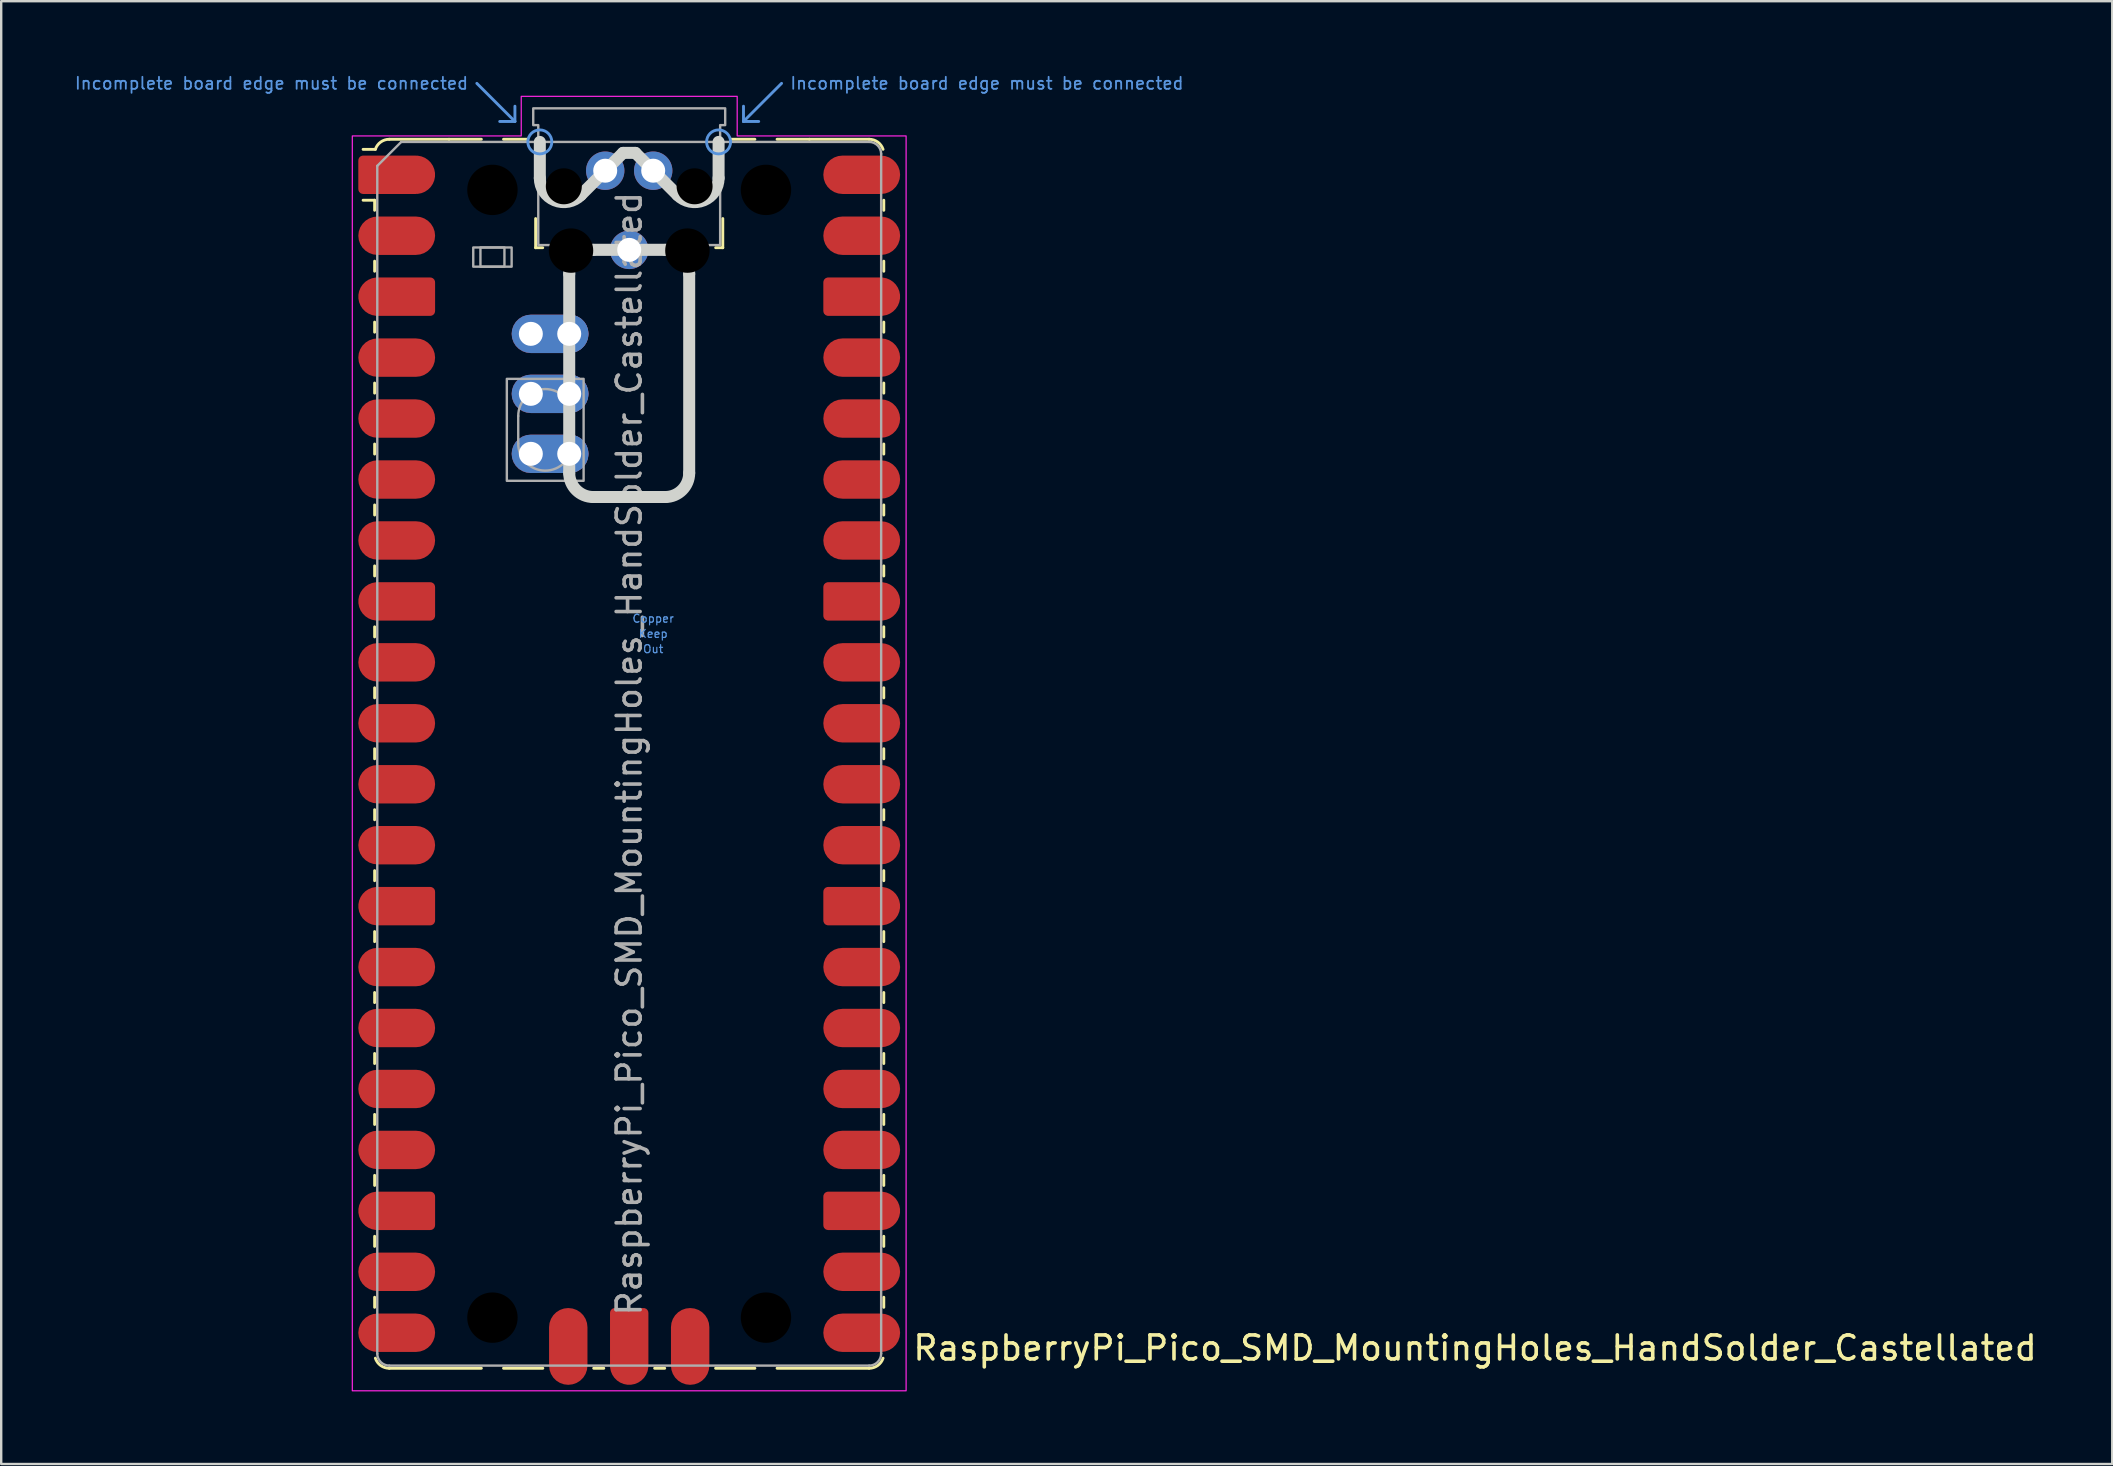
<source format=kicad_pcb>
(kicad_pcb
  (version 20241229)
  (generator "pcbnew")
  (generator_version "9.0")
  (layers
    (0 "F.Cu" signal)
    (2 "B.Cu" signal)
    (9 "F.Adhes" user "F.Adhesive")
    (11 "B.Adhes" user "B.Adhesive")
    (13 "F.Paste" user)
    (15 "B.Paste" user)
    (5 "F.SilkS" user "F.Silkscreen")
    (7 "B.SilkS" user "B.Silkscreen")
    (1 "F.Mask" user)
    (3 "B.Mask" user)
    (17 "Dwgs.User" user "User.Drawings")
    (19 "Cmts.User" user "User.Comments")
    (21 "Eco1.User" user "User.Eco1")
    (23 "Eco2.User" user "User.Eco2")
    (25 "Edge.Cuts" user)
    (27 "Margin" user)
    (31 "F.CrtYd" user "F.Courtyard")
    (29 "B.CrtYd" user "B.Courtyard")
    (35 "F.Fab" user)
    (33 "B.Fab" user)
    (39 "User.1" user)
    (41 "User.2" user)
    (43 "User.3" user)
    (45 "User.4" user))
  (footprint "RaspberryPi_Pico_SMD_MountingHoles_HandSolder_Castellated"
    (layer "F.Cu")
    (at 23.173 28.364)
    (property "Reference" "RaspberryPi_Pico_SMD_MountingHoles_HandSolder_Castellated" (at 11.748 24.765 0) (unlocked yes) (layer "F.SilkS") (effects (font (size 1 1) (thickness 0.15)) (justify left)))
    (attr smd)
    (fp_line (start -10.61 -23.07) (end -11.09 -23.07) (stroke (width 0.12) (type solid)) (layer "F.SilkS"))
    (fp_line (start -10.61 -23.07) (end -10.61 -22.65) (stroke (width 0.12) (type solid)) (layer "F.SilkS"))
    (fp_line (start -10.61 -20.53) (end -10.61 -20.11) (stroke (width 0.12) (type solid)) (layer "F.SilkS"))
    (fp_line (start -10.61 -17.99) (end -10.61 -17.57) (stroke (width 0.12) (type solid)) (layer "F.SilkS"))
    (fp_line (start -10.61 -15.45) (end -10.61 -15.03) (stroke (width 0.12) (type solid)) (layer "F.SilkS"))
    (fp_line (start -10.61 -12.91) (end -10.61 -12.49) (stroke (width 0.12) (type solid)) (layer "F.SilkS"))
    (fp_line (start -10.61 -10.37) (end -10.61 -9.95) (stroke (width 0.12) (type solid)) (layer "F.SilkS"))
    (fp_line (start -10.61 -7.83) (end -10.61 -7.41) (stroke (width 0.12) (type solid)) (layer "F.SilkS"))
    (fp_line (start -10.61 -5.29) (end -10.61 -4.87) (stroke (width 0.12) (type solid)) (layer "F.SilkS"))
    (fp_line (start -10.61 -2.75) (end -10.61 -2.33) (stroke (width 0.12) (type solid)) (layer "F.SilkS"))
    (fp_line (start -10.61 -0.21) (end -10.61 0.21) (stroke (width 0.12) (type solid)) (layer "F.SilkS"))
    (fp_line (start -10.61 2.33) (end -10.61 2.75) (stroke (width 0.12) (type solid)) (layer "F.SilkS"))
    (fp_line (start -10.61 4.87) (end -10.61 5.29) (stroke (width 0.12) (type solid)) (layer "F.SilkS"))
    (fp_line (start -10.61 7.41) (end -10.61 7.83) (stroke (width 0.12) (type solid)) (layer "F.SilkS"))
    (fp_line (start -10.61 9.95) (end -10.61 10.37) (stroke (width 0.12) (type solid)) (layer "F.SilkS"))
    (fp_line (start -10.61 12.49) (end -10.61 12.91) (stroke (width 0.12) (type solid)) (layer "F.SilkS"))
    (fp_line (start -10.61 15.03) (end -10.61 15.45) (stroke (width 0.12) (type solid)) (layer "F.SilkS"))
    (fp_line (start -10.61 17.57) (end -10.61 17.99) (stroke (width 0.12) (type solid)) (layer "F.SilkS"))
    (fp_line (start -10.61 20.11) (end -10.61 20.53) (stroke (width 0.12) (type solid)) (layer "F.SilkS"))
    (fp_line (start -10.61 22.65) (end -10.61 23.07) (stroke (width 0.12) (type solid)) (layer "F.SilkS"))
    (fp_line (start -10.58 -25.19) (end -11.09 -25.19) (stroke (width 0.12) (type solid)) (layer "F.SilkS"))
    (fp_line (start -10 -25.61) (end -7.51 -25.61) (stroke (width 0.12) (type solid)) (layer "F.SilkS"))
    (fp_line (start -10 25.61) (end -6.162 25.61) (stroke (width 0.12) (type solid)) (layer "F.SilkS"))
    (fp_line (start -7.51 -25.61) (end -6.162 -25.61) (stroke (width 0.12) (type solid)) (layer "F.SilkS"))
    (fp_line (start -5.238 -25.61) (end -4.235 -25.61) (stroke (width 0.12) (type solid)) (layer "F.SilkS"))
    (fp_line (start -3.9 -22.306) (end -3.9 -21.09) (stroke (width 0.12) (type solid)) (layer "F.SilkS"))
    (fp_line (start -3.9 -21.09) (end -3.604 -21.09) (stroke (width 0.12) (type solid)) (layer "F.SilkS"))
    (fp_line (start -3.6 25.61) (end -5.238 25.61) (stroke (width 0.12) (type solid)) (layer "F.SilkS"))
    (fp_line (start -1.48 25.61) (end -1.06 25.61) (stroke (width 0.12) (type solid)) (layer "F.SilkS"))
    (fp_line (start 1.06 25.61) (end 1.48 25.61) (stroke (width 0.12) (type solid)) (layer "F.SilkS"))
    (fp_line (start 3.604 -21.09) (end 3.9 -21.09) (stroke (width 0.12) (type solid)) (layer "F.SilkS"))
    (fp_line (start 3.9 -22.306) (end 3.9 -21.09) (stroke (width 0.12) (type solid)) (layer "F.SilkS"))
    (fp_line (start 4.235 -25.61) (end 5.238 -25.61) (stroke (width 0.12) (type solid)) (layer "F.SilkS"))
    (fp_line (start 5.238 25.61) (end 3.6 25.61) (stroke (width 0.12) (type solid)) (layer "F.SilkS"))
    (fp_line (start 6.162 -25.61) (end 7.51 -25.61) (stroke (width 0.12) (type solid)) (layer "F.SilkS"))
    (fp_line (start 6.162 25.61) (end 10 25.61) (stroke (width 0.12) (type solid)) (layer "F.SilkS"))
    (fp_line (start 10 -25.61) (end 7.51 -25.61) (stroke (width 0.12) (type solid)) (layer "F.SilkS"))
    (fp_line (start 10.61 -23.07) (end 10.61 -22.65) (stroke (width 0.12) (type solid)) (layer "F.SilkS"))
    (fp_line (start 10.61 -20.53) (end 10.61 -20.11) (stroke (width 0.12) (type solid)) (layer "F.SilkS"))
    (fp_line (start 10.61 -17.99) (end 10.61 -17.57) (stroke (width 0.12) (type solid)) (layer "F.SilkS"))
    (fp_line (start 10.61 -15.45) (end 10.61 -15.03) (stroke (width 0.12) (type solid)) (layer "F.SilkS"))
    (fp_line (start 10.61 -12.91) (end 10.61 -12.49) (stroke (width 0.12) (type solid)) (layer "F.SilkS"))
    (fp_line (start 10.61 -10.37) (end 10.61 -9.95) (stroke (width 0.12) (type solid)) (layer "F.SilkS"))
    (fp_line (start 10.61 -7.83) (end 10.61 -7.41) (stroke (width 0.12) (type solid)) (layer "F.SilkS"))
    (fp_line (start 10.61 -5.29) (end 10.61 -4.87) (stroke (width 0.12) (type solid)) (layer "F.SilkS"))
    (fp_line (start 10.61 -2.75) (end 10.61 -2.33) (stroke (width 0.12) (type solid)) (layer "F.SilkS"))
    (fp_line (start 10.61 -0.21) (end 10.61 0.21) (stroke (width 0.12) (type solid)) (layer "F.SilkS"))
    (fp_line (start 10.61 2.33) (end 10.61 2.75) (stroke (width 0.12) (type solid)) (layer "F.SilkS"))
    (fp_line (start 10.61 4.87) (end 10.61 5.29) (stroke (width 0.12) (type solid)) (layer "F.SilkS"))
    (fp_line (start 10.61 7.41) (end 10.61 7.83) (stroke (width 0.12) (type solid)) (layer "F.SilkS"))
    (fp_line (start 10.61 9.95) (end 10.61 10.37) (stroke (width 0.12) (type solid)) (layer "F.SilkS"))
    (fp_line (start 10.61 12.49) (end 10.61 12.91) (stroke (width 0.12) (type solid)) (layer "F.SilkS"))
    (fp_line (start 10.61 15.03) (end 10.61 15.45) (stroke (width 0.12) (type solid)) (layer "F.SilkS"))
    (fp_line (start 10.61 17.57) (end 10.61 17.99) (stroke (width 0.12) (type solid)) (layer "F.SilkS"))
    (fp_line (start 10.61 20.11) (end 10.61 20.53) (stroke (width 0.12) (type solid)) (layer "F.SilkS"))
    (fp_line (start 10.61 22.65) (end 10.61 23.07) (stroke (width 0.12) (type solid)) (layer "F.SilkS"))
    (fp_arc (start -10.579676 -25.19) (mid -10.357938 -25.493944) (end -10 -25.61) (stroke (width 0.12) (type solid)) (layer "F.SilkS"))
    (fp_arc (start -10 25.61) (mid -10.357937 25.493944) (end -10.579676 25.189937) (stroke (width 0.12) (type solid)) (layer "F.SilkS"))
    (fp_arc (start 10 -25.61) (mid 10.357937 -25.493944) (end 10.579676 -25.189937) (stroke (width 0.12) (type solid)) (layer "F.SilkS"))
    (fp_arc (start 10.579676 25.189937) (mid 10.357958 25.493991) (end 10 25.61) (stroke (width 0.12) (type solid)) (layer "F.SilkS"))
    (fp_line (start -6.35 -27.94) (end -4.763 -26.352) (stroke (width 0.12) (type solid)) (layer "Cmts.User"))
    (fp_line (start -4.763 -26.352) (end -5.397 -26.352) (stroke (width 0.12) (type solid)) (layer "Cmts.User"))
    (fp_line (start -4.763 -26.352) (end -4.763 -26.988) (stroke (width 0.12) (type solid)) (layer "Cmts.User"))
    (fp_line (start 4.763 -26.352) (end 4.763 -26.988) (stroke (width 0.12) (type solid)) (layer "Cmts.User"))
    (fp_line (start 4.763 -26.352) (end 5.397 -26.352) (stroke (width 0.12) (type solid)) (layer "Cmts.User"))
    (fp_line (start 6.35 -27.94) (end 4.763 -26.352) (stroke (width 0.12) (type solid)) (layer "Cmts.User"))
    (fp_circle (center -3.725 -25.5) (end -3.225 -25.5) (stroke (width 0.12) (type solid)) (fill no) (layer "Cmts.User"))
    (fp_circle (center 3.725 -25.5) (end 3.225 -25.5) (stroke (width 0.12) (type solid)) (fill no) (layer "Cmts.User"))
    (fp_line (start -3.725 -23.989) (end -3.725 -25.5) (stroke (width 0.5) (type solid)) (layer "Edge.Cuts"))
    (fp_line (start -2.5 -20) (end -2.5 -11.7) (stroke (width 0.5) (type solid)) (layer "Edge.Cuts"))
    (fp_line (start -2.018 -23.282) (end -0.258 -25.042) (stroke (width 0.5) (type solid)) (layer "Edge.Cuts"))
    (fp_line (start 0.258 -25.042) (end -0.258 -25.042) (stroke (width 0.5) (type solid)) (layer "Edge.Cuts"))
    (fp_line (start 1.5 -21) (end -1.5 -21) (stroke (width 0.5) (type solid)) (layer "Edge.Cuts"))
    (fp_line (start 1.5 -10.7) (end -1.5 -10.7) (stroke (width 0.5) (type solid)) (layer "Edge.Cuts"))
    (fp_line (start 2.018 -23.282) (end 0.258 -25.042) (stroke (width 0.5) (type solid)) (layer "Edge.Cuts"))
    (fp_line (start 2.5 -11.7) (end 2.5 -20) (stroke (width 0.5) (type solid)) (layer "Edge.Cuts"))
    (fp_line (start 3.725 -23.989) (end 3.725 -25.5) (stroke (width 0.5) (type solid)) (layer "Edge.Cuts"))
    (fp_arc (start -2.5 -20) (mid -2.207118 -20.707118) (end -1.5 -21) (stroke (width 0.5) (type solid)) (layer "Edge.Cuts"))
    (fp_arc (start -2.017893 -23.282106) (mid -3.107711 -23.065266) (end -3.725 -23.989213) (stroke (width 0.5) (type solid)) (layer "Edge.Cuts"))
    (fp_arc (start -1.5 -10.7) (mid -2.20711 -10.99289) (end -2.5 -11.7) (stroke (width 0.5) (type solid)) (layer "Edge.Cuts"))
    (fp_arc (start 1.5 -21) (mid 2.207107 -20.707107) (end 2.5 -20) (stroke (width 0.5) (type solid)) (layer "Edge.Cuts"))
    (fp_arc (start 2.5 -11.7) (mid 2.207095 -10.992905) (end 1.5 -10.7) (stroke (width 0.5) (type solid)) (layer "Edge.Cuts"))
    (fp_arc (start 3.725 -23.989213) (mid 3.107698 -23.06529) (end 2.017893 -23.282106) (stroke (width 0.5) (type solid)) (layer "Edge.Cuts"))
    (fp_poly (pts (xy -4.5 -27.4) (xy 4.5 -27.4) (xy 4.5 -25.75) (xy 11.54 -25.75) (xy 11.54 26.55) (xy -11.54 26.55) (xy -11.54 -25.75) (xy -4.5 -25.75)) (stroke (width 0.05) (type solid)) (fill no) (layer "F.CrtYd"))
    (fp_line (start -10.5 -24.5) (end -9.5 -25.5) (stroke (width 0.1) (type solid)) (layer "F.Fab"))
    (fp_line (start -10.5 25) (end -10.5 -24.5) (stroke (width 0.1) (type solid)) (layer "F.Fab"))
    (fp_line (start -9.5 -25.5) (end 10 -25.5) (stroke (width 0.1) (type solid)) (layer "F.Fab"))
    (fp_line (start -4.625 -14.075) (end -4.625 -12.925) (stroke (width 0.1) (type solid)) (layer "F.Fab"))
    (fp_line (start -2.375 -14.075) (end -2.375 -12.925) (stroke (width 0.1) (type solid)) (layer "F.Fab"))
    (fp_line (start 10 25.5) (end -10 25.5) (stroke (width 0.1) (type solid)) (layer "F.Fab"))
    (fp_line (start 10.5 -25) (end 10.5 25) (stroke (width 0.1) (type solid)) (layer "F.Fab"))
    (fp_rect (start -6.5 -21.1) (end -4.9 -20.3) (stroke (width 0.1) (type solid)) (fill no) (layer "F.Fab"))
    (fp_rect (start -6.2 -21.1) (end -5.2 -20.3) (stroke (width 0.1) (type solid)) (fill no) (layer "F.Fab"))
    (fp_rect (start -5.1 -15.625) (end -1.9 -11.375) (stroke (width 0.1) (type solid)) (fill no) (layer "F.Fab"))
    (fp_arc (start -10 25.5) (mid -10.353553 25.353553) (end -10.5 25) (stroke (width 0.1) (type solid)) (layer "F.Fab"))
    (fp_arc (start -4.625 -14.075) (mid -3.5 -15.2) (end -2.375 -14.075) (stroke (width 0.1) (type solid)) (layer "F.Fab"))
    (fp_arc (start -2.375 -12.925) (mid -3.5 -11.8) (end -4.625 -12.925) (stroke (width 0.1) (type solid)) (layer "F.Fab"))
    (fp_arc (start 10 -25.5) (mid 10.353553 -25.353553) (end 10.5 -25) (stroke (width 0.1) (type solid)) (layer "F.Fab"))
    (fp_arc (start 10.5 25) (mid 10.353553 25.353553) (end 10 25.5) (stroke (width 0.1) (type solid)) (layer "F.Fab"))
    (fp_poly (pts (xy 3.79 -21.2) (xy 3.79 -26.2) (xy 4 -26.2) (xy 4 -26.9) (xy -4 -26.9) (xy -4 -26.2) (xy -3.79 -26.2) (xy -3.79 -21.2)) (stroke (width 0.1) (type solid)) (fill no) (layer "F.Fab"))
    (fp_text user "Out" (at 1 -4.365 0) (unlocked yes) (layer "Cmts.User") (effects (font (size 0.333 0.333) (thickness 0.05))))
    (fp_text user "Incomplete board edge must be connected" (at 6.668 -27.94 0) (unlocked yes) (layer "Cmts.User") (effects (font (size 0.5 0.5) (thickness 0.075)) (justify left)))
    (fp_text user "Incomplete board edge must be connected" (at -6.668 -27.94 0) (unlocked yes) (layer "Cmts.User") (effects (font (size 0.5 0.5) (thickness 0.075)) (justify right)))
    (fp_text user "Copper" (at 1 -5.635 0) (unlocked yes) (layer "Cmts.User") (effects (font (size 0.333 0.333) (thickness 0.05))))
    (fp_text user "Keep" (at 1 -5 0) (unlocked yes) (layer "Cmts.User") (effects (font (size 0.333 0.333) (thickness 0.05))))
    (fp_text user "${REFERENCE}" (at 0 0 90) (layer "F.Fab") (effects (font (size 1 1) (thickness 0.15))))
    (pad "" smd rect (at -8.89 -24.13) (size 3.8 2.2) (drill (offset -0.8 0)) (layers "F.Paste"))
    (pad "" smd rect (at -8.89 -21.59) (size 3.8 2.2) (drill (offset -0.8 0)) (layers "F.Paste"))
    (pad "" smd rect (at -8.89 -19.05) (size 3.8 2.2) (drill (offset -0.8 0)) (layers "F.Paste"))
    (pad "" smd rect (at -8.89 -16.51) (size 3.8 2.2) (drill (offset -0.8 0)) (layers "F.Paste"))
    (pad "" smd rect (at -8.89 -13.97) (size 3.8 2.2) (drill (offset -0.8 0)) (layers "F.Paste"))
    (pad "" smd rect (at -8.89 -11.43) (size 3.8 2.2) (drill (offset -0.8 0)) (layers "F.Paste"))
    (pad "" smd rect (at -8.89 -8.89) (size 3.8 2.2) (drill (offset -0.8 0)) (layers "F.Paste"))
    (pad "" smd rect (at -8.89 -6.35) (size 3.8 2.2) (drill (offset -0.8 0)) (layers "F.Paste"))
    (pad "" smd rect (at -8.89 -3.81) (size 3.8 2.2) (drill (offset -0.8 0)) (layers "F.Paste"))
    (pad "" smd rect (at -8.89 -1.27) (size 3.8 2.2) (drill (offset -0.8 0)) (layers "F.Paste"))
    (pad "" smd rect (at -8.89 1.27) (size 3.8 2.2) (drill (offset -0.8 0)) (layers "F.Paste"))
    (pad "" smd rect (at -8.89 3.81) (size 3.8 2.2) (drill (offset -0.8 0)) (layers "F.Paste"))
    (pad "" smd rect (at -8.89 6.35) (size 3.8 2.2) (drill (offset -0.8 0)) (layers "F.Paste"))
    (pad "" smd rect (at -8.89 8.89) (size 3.8 2.2) (drill (offset -0.8 0)) (layers "F.Paste"))
    (pad "" smd rect (at -8.89 11.43) (size 3.8 2.2) (drill (offset -0.8 0)) (layers "F.Paste"))
    (pad "" smd rect (at -8.89 13.97) (size 3.8 2.2) (drill (offset -0.8 0)) (layers "F.Paste"))
    (pad "" smd rect (at -8.89 16.51) (size 3.8 2.2) (drill (offset -0.8 0)) (layers "F.Paste"))
    (pad "" smd rect (at -8.89 19.05) (size 3.8 2.2) (drill (offset -0.8 0)) (layers "F.Paste"))
    (pad "" smd rect (at -8.89 21.59) (size 3.8 2.2) (drill (offset -0.8 0)) (layers "F.Paste"))
    (pad "" smd rect (at -8.89 24.13) (size 3.8 2.2) (drill (offset -0.8 0)) (layers "F.Paste"))
    (pad "" np_thru_hole circle (at -5.7 -23.5) (size 3.8 3.8) (drill 2.1) (layers "*.Mask"))
    (pad "" np_thru_hole circle (at -5.7 23.5) (size 3.8 3.8) (drill 2.1) (layers "*.Mask"))
    (pad "" np_thru_hole circle (at -2.725 -23.65) (size 1.5 1.5) (drill 1.5) (layers "*.Mask"))
    (pad "" smd rect (at -2.54 23.9) (size 2.2 3.8) (drill (offset 0 0.8)) (layers "F.Paste"))
    (pad "" np_thru_hole circle (at -2.425 -20.97) (size 1.85 1.85) (drill 1.85) (layers "*.Mask"))
    (pad "" smd rect (at 0 23.9) (size 2.2 3.8) (drill (offset 0 0.8)) (layers "F.Paste"))
    (pad "" np_thru_hole circle (at 2.425 -20.97) (size 1.85 1.85) (drill 1.85) (layers "*.Mask"))
    (pad "" smd rect (at 2.54 23.9) (size 2.2 3.8) (drill (offset 0 0.8)) (layers "F.Paste"))
    (pad "" np_thru_hole circle (at 2.725 -23.65) (size 1.5 1.5) (drill 1.5) (layers "*.Mask"))
    (pad "" np_thru_hole circle (at 5.7 -23.5) (size 3.8 3.8) (drill 2.1) (layers "*.Mask"))
    (pad "" np_thru_hole circle (at 5.7 23.5) (size 3.8 3.8) (drill 2.1) (layers "*.Mask"))
    (pad "" smd rect (at 8.89 -24.13) (size 3.8 2.2) (drill (offset 0.8 0)) (layers "F.Paste"))
    (pad "" smd rect (at 8.89 -21.59) (size 3.8 2.2) (drill (offset 0.8 0)) (layers "F.Paste"))
    (pad "" smd rect (at 8.89 -19.05) (size 3.8 2.2) (drill (offset 0.8 0)) (layers "F.Paste"))
    (pad "" smd rect (at 8.89 -16.51) (size 3.8 2.2) (drill (offset 0.8 0)) (layers "F.Paste"))
    (pad "" smd rect (at 8.89 -13.97) (size 3.8 2.2) (drill (offset 0.8 0)) (layers "F.Paste"))
    (pad "" smd rect (at 8.89 -11.43) (size 3.8 2.2) (drill (offset 0.8 0)) (layers "F.Paste"))
    (pad "" smd rect (at 8.89 -8.89) (size 3.8 2.2) (drill (offset 0.8 0)) (layers "F.Paste"))
    (pad "" smd rect (at 8.89 -6.35) (size 3.8 2.2) (drill (offset 0.8 0)) (layers "F.Paste"))
    (pad "" smd rect (at 8.89 -3.81) (size 3.8 2.2) (drill (offset 0.8 0)) (layers "F.Paste"))
    (pad "" smd rect (at 8.89 -1.27) (size 3.8 2.2) (drill (offset 0.8 0)) (layers "F.Paste"))
    (pad "" smd rect (at 8.89 1.27) (size 3.8 2.2) (drill (offset 0.8 0)) (layers "F.Paste"))
    (pad "" smd rect (at 8.89 3.81) (size 3.8 2.2) (drill (offset 0.8 0)) (layers "F.Paste"))
    (pad "" smd rect (at 8.89 6.35) (size 3.8 2.2) (drill (offset 0.8 0)) (layers "F.Paste"))
    (pad "" smd rect (at 8.89 8.89) (size 3.8 2.2) (drill (offset 0.8 0)) (layers "F.Paste"))
    (pad "" smd rect (at 8.89 11.43) (size 3.8 2.2) (drill (offset 0.8 0)) (layers "F.Paste"))
    (pad "" smd rect (at 8.89 13.97) (size 3.8 2.2) (drill (offset 0.8 0)) (layers "F.Paste"))
    (pad "" smd rect (at 8.89 16.51) (size 3.8 2.2) (drill (offset 0.8 0)) (layers "F.Paste"))
    (pad "" smd rect (at 8.89 19.05) (size 3.8 2.2) (drill (offset 0.8 0)) (layers "F.Paste"))
    (pad "" smd rect (at 8.89 21.59) (size 3.8 2.2) (drill (offset 0.8 0)) (layers "F.Paste"))
    (pad "" smd rect (at 8.89 24.13) (size 3.8 2.2) (drill (offset 0.8 0)) (layers "F.Paste"))
    (pad "1" smd custom (at -8.89 -24.13) (size 1.6 1.6) (layers "F.Cu" "F.Mask") (options (anchor circle)) (primitives (gr_poly (pts (xy -2.4 0.6) (xy -2.4 -0.6) (xy -2.2 -0.8) (xy 0 -0.8) (xy 0 0.8) (xy -2.2 0.8)) (width 0) (fill yes)) (gr_circle (center -2.2 0.6) (end -2 0.6) (width 0) (fill yes)) (gr_circle (center -2.2 -0.6) (end -2 -0.6) (width 0) (fill yes))))
    (pad "2" smd roundrect (at -8.89 -21.59) (size 3.2 1.6) (drill (offset -0.8 0)) (layers "F.Cu" "F.Mask") (roundrect_rratio 0.5))
    (pad "3" smd custom (at -8.89 -19.05) (size 1.6 1.6) (layers "F.Cu" "F.Mask") (options (anchor circle)) (primitives (gr_poly (pts (xy 0.8 -0.6) (xy 0.8 0.6) (xy 0.6 0.8) (xy -1.6 0.8) (xy -1.6 -0.8) (xy 0.6 -0.8)) (width 0) (fill yes)) (gr_circle (center 0.6 0.6) (end 0.8 0.6) (width 0) (fill yes)) (gr_circle (center 0.6 -0.6) (end 0.8 -0.6) (width 0) (fill yes)) (gr_circle (center -1.6 0) (end -0.8 0) (width 0) (fill yes))))
    (pad "4" smd roundrect (at -8.89 -16.51) (size 3.2 1.6) (drill (offset -0.8 0)) (layers "F.Cu" "F.Mask") (roundrect_rratio 0.5))
    (pad "5" smd roundrect (at -8.89 -13.97) (size 3.2 1.6) (drill (offset -0.8 0)) (layers "F.Cu" "F.Mask") (roundrect_rratio 0.5))
    (pad "6" smd roundrect (at -8.89 -11.43) (size 3.2 1.6) (drill (offset -0.8 0)) (layers "F.Cu" "F.Mask") (roundrect_rratio 0.5))
    (pad "7" smd roundrect (at -8.89 -8.89) (size 3.2 1.6) (drill (offset -0.8 0)) (layers "F.Cu" "F.Mask") (roundrect_rratio 0.5))
    (pad "8" smd custom (at -8.89 -6.35) (size 1.6 1.6) (layers "F.Cu" "F.Mask") (options (anchor circle)) (primitives (gr_poly (pts (xy 0.8 -0.6) (xy 0.8 0.6) (xy 0.6 0.8) (xy -1.6 0.8) (xy -1.6 -0.8) (xy 0.6 -0.8)) (width 0) (fill yes)) (gr_circle (center 0.6 0.6) (end 0.8 0.6) (width 0) (fill yes)) (gr_circle (center 0.6 -0.6) (end 0.8 -0.6) (width 0) (fill yes)) (gr_circle (center -1.6 0) (end -0.8 0) (width 0) (fill yes))))
    (pad "9" smd roundrect (at -8.89 -3.81) (size 3.2 1.6) (drill (offset -0.8 0)) (layers "F.Cu" "F.Mask") (roundrect_rratio 0.5))
    (pad "10" smd roundrect (at -8.89 -1.27) (size 3.2 1.6) (drill (offset -0.8 0)) (layers "F.Cu" "F.Mask") (roundrect_rratio 0.5))
    (pad "11" smd roundrect (at -8.89 1.27) (size 3.2 1.6) (drill (offset -0.8 0)) (layers "F.Cu" "F.Mask") (roundrect_rratio 0.5))
    (pad "12" smd roundrect (at -8.89 3.81) (size 3.2 1.6) (drill (offset -0.8 0)) (layers "F.Cu" "F.Mask") (roundrect_rratio 0.5))
    (pad "13" smd custom (at -8.89 6.35) (size 1.6 1.6) (layers "F.Cu" "F.Mask") (options (anchor circle)) (primitives (gr_poly (pts (xy 0.8 -0.6) (xy 0.8 0.6) (xy 0.6 0.8) (xy -1.6 0.8) (xy -1.6 -0.8) (xy 0.6 -0.8)) (width 0) (fill yes)) (gr_circle (center 0.6 0.6) (end 0.8 0.6) (width 0) (fill yes)) (gr_circle (center 0.6 -0.6) (end 0.8 -0.6) (width 0) (fill yes)) (gr_circle (center -1.6 0) (end -0.8 0) (width 0) (fill yes))))
    (pad "14" smd roundrect (at -8.89 8.89) (size 3.2 1.6) (drill (offset -0.8 0)) (layers "F.Cu" "F.Mask") (roundrect_rratio 0.5))
    (pad "15" smd roundrect (at -8.89 11.43) (size 3.2 1.6) (drill (offset -0.8 0)) (layers "F.Cu" "F.Mask") (roundrect_rratio 0.5))
    (pad "16" smd roundrect (at -8.89 13.97) (size 3.2 1.6) (drill (offset -0.8 0)) (layers "F.Cu" "F.Mask") (roundrect_rratio 0.5))
    (pad "17" smd roundrect (at -8.89 16.51) (size 3.2 1.6) (drill (offset -0.8 0)) (layers "F.Cu" "F.Mask") (roundrect_rratio 0.5))
    (pad "18" smd custom (at -8.89 19.05) (size 1.6 1.6) (layers "F.Cu" "F.Mask") (options (anchor circle)) (primitives (gr_poly (pts (xy 0.8 -0.6) (xy 0.8 0.6) (xy 0.6 0.8) (xy -1.6 0.8) (xy -1.6 -0.8) (xy 0.6 -0.8)) (width 0) (fill yes)) (gr_circle (center 0.6 0.6) (end 0.8 0.6) (width 0) (fill yes)) (gr_circle (center 0.6 -0.6) (end 0.8 -0.6) (width 0) (fill yes)) (gr_circle (center -1.6 0) (end -0.8 0) (width 0) (fill yes))))
    (pad "19" smd roundrect (at -8.89 21.59) (size 3.2 1.6) (drill (offset -0.8 0)) (layers "F.Cu" "F.Mask") (roundrect_rratio 0.5))
    (pad "20" smd roundrect (at -8.89 24.13) (size 3.2 1.6) (drill (offset -0.8 0)) (layers "F.Cu" "F.Mask") (roundrect_rratio 0.5))
    (pad "21" smd roundrect (at 8.89 24.13) (size 3.2 1.6) (drill (offset 0.8 0)) (layers "F.Cu" "F.Mask") (roundrect_rratio 0.5))
    (pad "22" smd roundrect (at 8.89 21.59) (size 3.2 1.6) (drill (offset 0.8 0)) (layers "F.Cu" "F.Mask") (roundrect_rratio 0.5))
    (pad "23" smd custom (at 8.89 19.05) (size 1.6 1.6) (layers "F.Cu" "F.Mask") (options (anchor circle)) (primitives (gr_poly (pts (xy -0.8 -0.6) (xy -0.8 0.6) (xy -0.6 0.8) (xy 1.6 0.8) (xy 1.6 -0.8) (xy -0.6 -0.8)) (width 0) (fill yes)) (gr_circle (center -0.6 0.6) (end -0.4 0.6) (width 0) (fill yes)) (gr_circle (center -0.6 -0.6) (end -0.4 -0.6) (width 0) (fill yes)) (gr_circle (center 1.6 0) (end 2.4 0) (width 0) (fill yes))))
    (pad "24" smd roundrect (at 8.89 16.51) (size 3.2 1.6) (drill (offset 0.8 0)) (layers "F.Cu" "F.Mask") (roundrect_rratio 0.5))
    (pad "25" smd roundrect (at 8.89 13.97) (size 3.2 1.6) (drill (offset 0.8 0)) (layers "F.Cu" "F.Mask") (roundrect_rratio 0.5))
    (pad "26" smd roundrect (at 8.89 11.43) (size 3.2 1.6) (drill (offset 0.8 0)) (layers "F.Cu" "F.Mask") (roundrect_rratio 0.5))
    (pad "27" smd roundrect (at 8.89 8.89) (size 3.2 1.6) (drill (offset 0.8 0)) (layers "F.Cu" "F.Mask") (roundrect_rratio 0.5))
    (pad "28" smd custom (at 8.89 6.35) (size 1.6 1.6) (layers "F.Cu" "F.Mask") (options (anchor circle)) (primitives (gr_poly (pts (xy -0.8 -0.6) (xy -0.8 0.6) (xy -0.6 0.8) (xy 1.6 0.8) (xy 1.6 -0.8) (xy -0.6 -0.8)) (width 0) (fill yes)) (gr_circle (center -0.6 0.6) (end -0.4 0.6) (width 0) (fill yes)) (gr_circle (center -0.6 -0.6) (end -0.4 -0.6) (width 0) (fill yes)) (gr_circle (center 1.6 0) (end 2.4 0) (width 0) (fill yes))))
    (pad "29" smd roundrect (at 8.89 3.81) (size 3.2 1.6) (drill (offset 0.8 0)) (layers "F.Cu" "F.Mask") (roundrect_rratio 0.5))
    (pad "30" smd roundrect (at 8.89 1.27) (size 3.2 1.6) (drill (offset 0.8 0)) (layers "F.Cu" "F.Mask") (roundrect_rratio 0.5))
    (pad "31" smd roundrect (at 8.89 -1.27) (size 3.2 1.6) (drill (offset 0.8 0)) (layers "F.Cu" "F.Mask") (roundrect_rratio 0.5))
    (pad "32" smd roundrect (at 8.89 -3.81) (size 3.2 1.6) (drill (offset 0.8 0)) (layers "F.Cu" "F.Mask") (roundrect_rratio 0.5))
    (pad "33" smd custom (at 8.89 -6.35) (size 1.6 1.6) (layers "F.Cu" "F.Mask") (options (anchor circle)) (primitives (gr_poly (pts (xy -0.8 -0.6) (xy -0.8 0.6) (xy -0.6 0.8) (xy 1.6 0.8) (xy 1.6 -0.8) (xy -0.6 -0.8)) (width 0) (fill yes)) (gr_circle (center -0.6 0.6) (end -0.4 0.6) (width 0) (fill yes)) (gr_circle (center -0.6 -0.6) (end -0.4 -0.6) (width 0) (fill yes)) (gr_circle (center 1.6 0) (end 2.4 0) (width 0) (fill yes))))
    (pad "34" smd roundrect (at 8.89 -8.89) (size 3.2 1.6) (drill (offset 0.8 0)) (layers "F.Cu" "F.Mask") (roundrect_rratio 0.5))
    (pad "35" smd roundrect (at 8.89 -11.43) (size 3.2 1.6) (drill (offset 0.8 0)) (layers "F.Cu" "F.Mask") (roundrect_rratio 0.5))
    (pad "36" smd roundrect (at 8.89 -13.97) (size 3.2 1.6) (drill (offset 0.8 0)) (layers "F.Cu" "F.Mask") (roundrect_rratio 0.5))
    (pad "37" smd roundrect (at 8.89 -16.51) (size 3.2 1.6) (drill (offset 0.8 0)) (layers "F.Cu" "F.Mask") (roundrect_rratio 0.5))
    (pad "38" smd custom (at 8.89 -19.05) (size 1.6 1.6) (layers "F.Cu" "F.Mask") (options (anchor circle)) (primitives (gr_poly (pts (xy -0.8 -0.6) (xy -0.8 0.6) (xy -0.6 0.8) (xy 1.6 0.8) (xy 1.6 -0.8) (xy -0.6 -0.8)) (width 0) (fill yes)) (gr_circle (center -0.6 0.6) (end -0.4 0.6) (width 0) (fill yes)) (gr_circle (center -0.6 -0.6) (end -0.4 -0.6) (width 0) (fill yes)) (gr_circle (center 1.6 0) (end 2.4 0) (width 0) (fill yes))))
    (pad "39" smd roundrect (at 8.89 -21.59) (size 3.2 1.6) (drill (offset 0.8 0)) (layers "F.Cu" "F.Mask") (roundrect_rratio 0.5))
    (pad "40" smd roundrect (at 8.89 -24.13) (size 3.2 1.6) (drill (offset 0.8 0)) (layers "F.Cu" "F.Mask") (roundrect_rratio 0.5))
    (pad "D1" smd roundrect (at -2.54 23.9 90) (size 3.2 1.6) (drill (offset -0.8 0)) (layers "F.Cu" "F.Mask") (roundrect_rratio 0.5))
    (pad "D2" smd custom (at 0 23.9 270) (size 1.6 1.6) (layers "F.Cu" "F.Mask") (options (anchor circle)) (primitives (gr_poly (pts (xy -0.8 -0.6) (xy -0.8 0.6) (xy -0.6 0.8) (xy 1.6 0.8) (xy 1.6 -0.8) (xy -0.6 -0.8)) (width 0) (fill yes)) (gr_circle (center -0.6 0.6) (end -0.4 0.6) (width 0) (fill yes)) (gr_circle (center -0.6 -0.6) (end -0.4 -0.6) (width 0) (fill yes)) (gr_circle (center 1.6 0) (end 2.4 0) (width 0) (fill yes))))
    (pad "D3" smd roundrect (at 2.54 23.9 90) (size 3.2 1.6) (drill (offset -0.8 0)) (layers "F.Cu" "F.Mask") (roundrect_rratio 0.5))
    (pad "TP1" thru_hole circle (at 0 -21) (size 1.6 1.6) (drill 1) (property pad_prop_castellated) (layers "*.Cu" "*.Mask"))
    (pad "TP2" thru_hole circle (at 1 -24.3) (size 1.6 1.6) (drill 1) (property pad_prop_castellated) (layers "*.Cu" "*.Mask"))
    (pad "TP3" thru_hole circle (at -1 -24.3) (size 1.6 1.6) (drill 1) (property pad_prop_castellated) (layers "*.Cu" "*.Mask"))
    (pad "TP4" thru_hole roundrect (at -4.1 -17.5) (size 3.2 1.6) (drill 1 (offset 0.8 0)) (property pad_prop_castellated) (layers "*.Cu" "*.Mask") (roundrect_rratio 0.5))
    (pad "TP4" thru_hole circle (at -2.5 -17.5) (size 1.6 1.6) (drill 1) (property pad_prop_castellated) (layers "*.Cu" "*.Mask"))
    (pad "TP5" thru_hole roundrect (at -4.1 -15) (size 3.2 1.6) (drill 1 (offset 0.8 0)) (property pad_prop_castellated) (layers "*.Cu" "*.Mask") (roundrect_rratio 0.5))
    (pad "TP5" thru_hole circle (at -2.5 -15) (size 1.6 1.6) (drill 1) (property pad_prop_castellated) (layers "*.Cu" "*.Mask"))
    (pad "TP6" thru_hole roundrect (at -4.1 -12.5) (size 3.2 1.6) (drill 1 (offset 0.8 0)) (property pad_prop_castellated) (layers "*.Cu" "*.Mask") (roundrect_rratio 0.5))
    (pad "TP6" thru_hole circle (at -2.5 -12.5) (size 1.6 1.6) (drill 1) (property pad_prop_castellated) (layers "*.Cu" "*.Mask"))
    (zone (net_name "") (layers "F.Cu" "F.Paste") (name "Pad Keep Out TP7") (hatch full 0.5) (connect_pads) (min_thickness 0.25) (filled_areas_thickness no) (keepout (tracks not_allowed) (vias not_allowed) (pads not_allowed) (copperpour not_allowed) (footprints allowed)) (placement (enabled no)) (fill) (polygon (pts (xy 23.226 22.849) (xy 23.26 22.722) (xy 23.325 22.608) (xy 23.418 22.516) (xy 23.531 22.45) (xy 23.658 22.416) (xy 23.723 22.414) (xy 24.173 22.414) (xy 24.173 24.314) (xy 23.723 24.314) (xy 23.658 24.312) (xy 23.531 24.278) (xy 23.418 24.213) (xy 23.325 24.12) (xy 23.26 24.006) (xy 23.226 23.88) (xy 23.223 23.814) (xy 23.223 22.914))))
    (zone (net_name "") (layers "F.Cu" "F.Paste") (name "Pad Keep Out TP7") (hatch full 0.5) (connect_pads) (min_thickness 0.25) (filled_areas_thickness no) (keepout (tracks not_allowed) (vias not_allowed) (pads not_allowed) (copperpour not_allowed) (footprints allowed)) (placement (enabled no)) (fill) (polygon (pts (xy 24.173 24.314) (xy 24.623 24.314) (xy 24.689 24.312) (xy 24.816 24.278) (xy 24.929 24.213) (xy 25.022 24.12) (xy 25.087 24.006) (xy 25.121 23.88) (xy 25.123 23.814) (xy 25.123 22.914) (xy 25.121 22.849) (xy 25.087 22.722) (xy 25.022 22.608) (xy 24.929 22.516) (xy 24.816 22.45) (xy 24.689 22.416) (xy 24.623 22.414) (xy 24.173 22.414))))
    (zone (net_name "") (layer "Edge.Cuts") (name "Board Keep Out Castellated TP") (hatch edge 0.5) (connect_pads) (min_thickness 0.254) (filled_areas_thickness no) (keepout (tracks allowed) (vias allowed) (pads allowed) (copperpour allowed) (footprints allowed)) (placement (enabled no)) (fill) (polygon (pts (arc (start 24.673447 17.664125) (mid 25.380554 17.371232) (end 25.673447 16.664125)) (arc (start 25.673447 8.364125) (mid 25.380554 7.657018) (end 24.673447 7.364125)) (arc (start 21.673447 7.364125) (mid 20.96634 7.657018) (end 20.673447 8.364125)) (arc (start 20.673447 16.664125) (mid 20.966343 17.371229) (end 21.673447 17.664125)))))
    (zone (net_name "") (layer "Edge.Cuts") (name "Board Keep Out Castellated USB") (hatch edge 0.5) (connect_pads) (min_thickness 0.25) (filled_areas_thickness no) (keepout (tracks allowed) (vias allowed) (pads allowed) (copperpour allowed) (footprints allowed)) (placement (enabled no)) (fill) (polygon (pts (arc (start 20.448447 1.321663) (mid 19.74134 1.614556) (end 19.448447 2.321663)) (arc (start 19.448447 4.374912) (mid 20.065759 5.298804) (end 21.155554 5.082019)) (xy 22.916 3.322) (xy 23.431 3.322) (arc (start 25.19134 5.082019) (mid 26.281135 5.298804) (end 26.898447 4.374912)) (arc (start 26.898447 2.321663) (mid 26.605554 1.614556) (end 25.898447 1.321663))))))
  (gr_rect
    (start -3 -3)
    (end 84.98 57.964)
    (stroke (width 0.1) (type default))
    (fill no)
    (layer "Edge.Cuts")))
</source>
